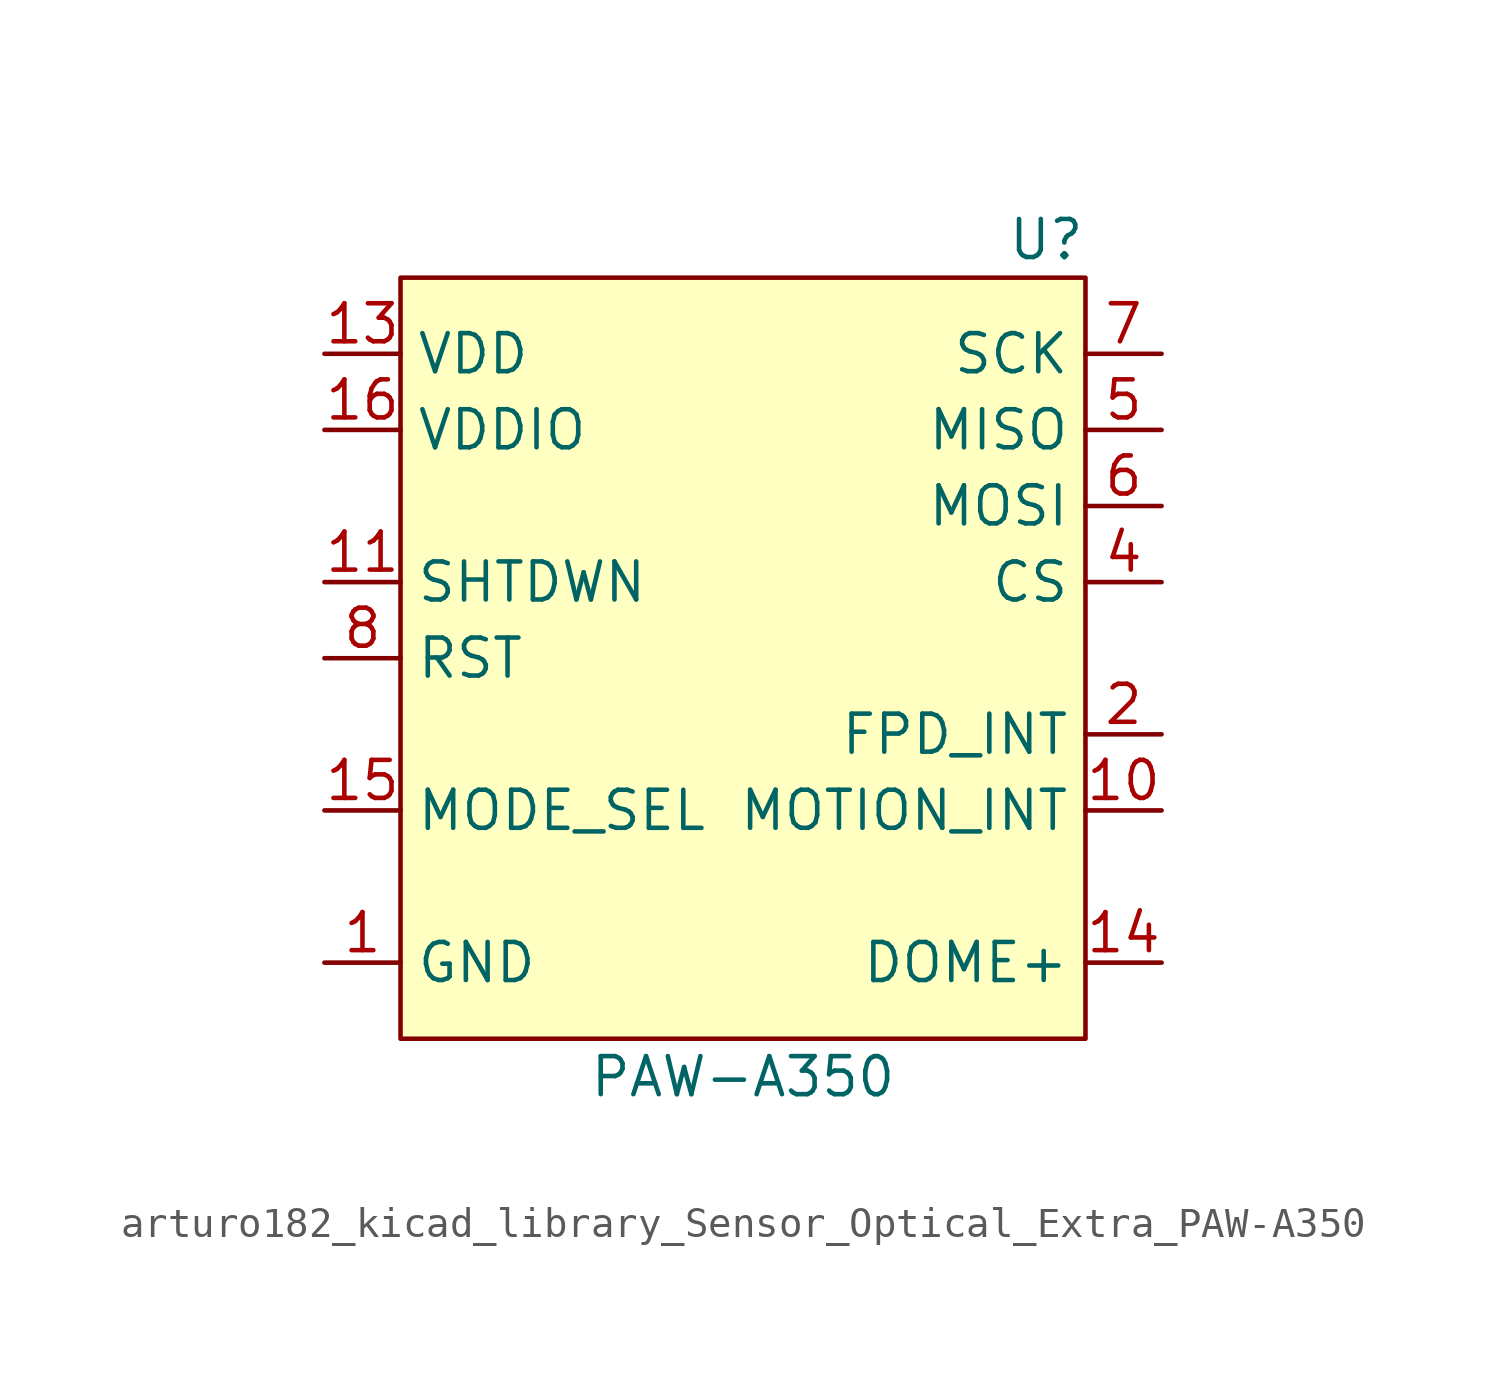
<source format=kicad_sym>
(kicad_symbol_lib
  (version 20220914)
  (generator kicad_symbol_editor)
  (symbol "arturo182_kicad_library_Sensor_Optical_Extra_PAW-A350"
    (property "Reference" "U"
      (at 11.43 13.97 0)
      (effects (font (size 1.27 1.27)) (justify right)))
    (property "Value" "PAW-A350"
      (at 0 -13.97 0)
      (effects (font (size 1.27 1.27))))
    (symbol "arturo182_kicad_library_Sensor_Optical_Extra_PAW-A350_0_0"
      (pin power_in line (at -13.97 -10.16 0) (length 2.54) (name "GND" (effects (font (size 1.27 1.27)))) (number "1" (effects (font (size 1.27 1.27)))))
      (pin output line (at 13.97 -5.08 180) (length 2.54) (name "MOTION_INT" (effects (font (size 1.27 1.27)))) (number "10" (effects (font (size 1.27 1.27)))))
      (pin input line (at -13.97 2.54 0) (length 2.54) (name "SHTDWN" (effects (font (size 1.27 1.27)))) (number "11" (effects (font (size 1.27 1.27)))))
      (pin no_connect line (at -1.27 7.62 0) (length 2.54) hide (name "NC" (effects (font (size 1.27 1.27)))) (number "12" (effects (font (size 1.27 1.27)))))
      (pin power_in line (at -13.97 10.16 0) (length 2.54) (name "VDD" (effects (font (size 1.27 1.27)))) (number "13" (effects (font (size 1.27 1.27)))))
      (pin input line (at -13.97 -5.08 0) (length 2.54) (name "MODE_SEL" (effects (font (size 1.27 1.27)))) (number "15" (effects (font (size 1.27 1.27)))))
      (pin power_in line (at -13.97 7.62 0) (length 2.54) (name "VDDIO" (effects (font (size 1.27 1.27)))) (number "16" (effects (font (size 1.27 1.27)))))
      (pin no_connect line (at -1.27 5.08 0) (length 2.54) hide (name "NC" (effects (font (size 1.27 1.27)))) (number "17" (effects (font (size 1.27 1.27)))))
      (pin output line (at 13.97 -2.54 180) (length 2.54) (name "FPD_INT" (effects (font (size 1.27 1.27)))) (number "2" (effects (font (size 1.27 1.27)))))
      (pin passive line (at -13.97 -10.16 0) (length 2.54) hide (name "GND" (effects (font (size 1.27 1.27)))) (number "3" (effects (font (size 1.27 1.27)))))
      (pin input line (at -13.97 0 0) (length 2.54) (name "RST" (effects (font (size 1.27 1.27)))) (number "8" (effects (font (size 1.27 1.27))))))
    (symbol "arturo182_kicad_library_Sensor_Optical_Extra_PAW-A350_1_0"
      (pin output line (at 13.97 -10.16 180) (length 2.54) (name "DOME+" (effects (font (size 1.27 1.27)))) (number "14" (effects (font (size 1.27 1.27)))))
      (pin input line (at 13.97 2.54 180) (length 2.54) (name "CS" (effects (font (size 1.27 1.27)))) (number "4" (effects (font (size 1.27 1.27)))) (alternate "ID_A1" input line))
      (pin bidirectional line (at 13.97 7.62 180) (length 2.54) (name "MISO" (effects (font (size 1.27 1.27)))) (number "5" (effects (font (size 1.27 1.27)))) (alternate "SDA" bidirectional line))
      (pin input line (at 13.97 5.08 180) (length 2.54) (name "MOSI" (effects (font (size 1.27 1.27)))) (number "6" (effects (font (size 1.27 1.27)))) (alternate "ID_A0" input line))
      (pin input line (at 13.97 10.16 180) (length 2.54) (name "SCK" (effects (font (size 1.27 1.27)))) (number "7" (effects (font (size 1.27 1.27)))) (alternate "SCL" input line))
      (pin passive line (at -13.97 -10.16 0) (length 2.54) hide (name "GND" (effects (font (size 1.27 1.27)))) (number "9" (effects (font (size 1.27 1.27))))))
    (symbol "arturo182_kicad_library_Sensor_Optical_Extra_PAW-A350_1_1"
      (rectangle (start -11.43 12.7) (end 11.43 -12.7) (stroke (width 0) (type default)) (fill (type background))))))
</source>
